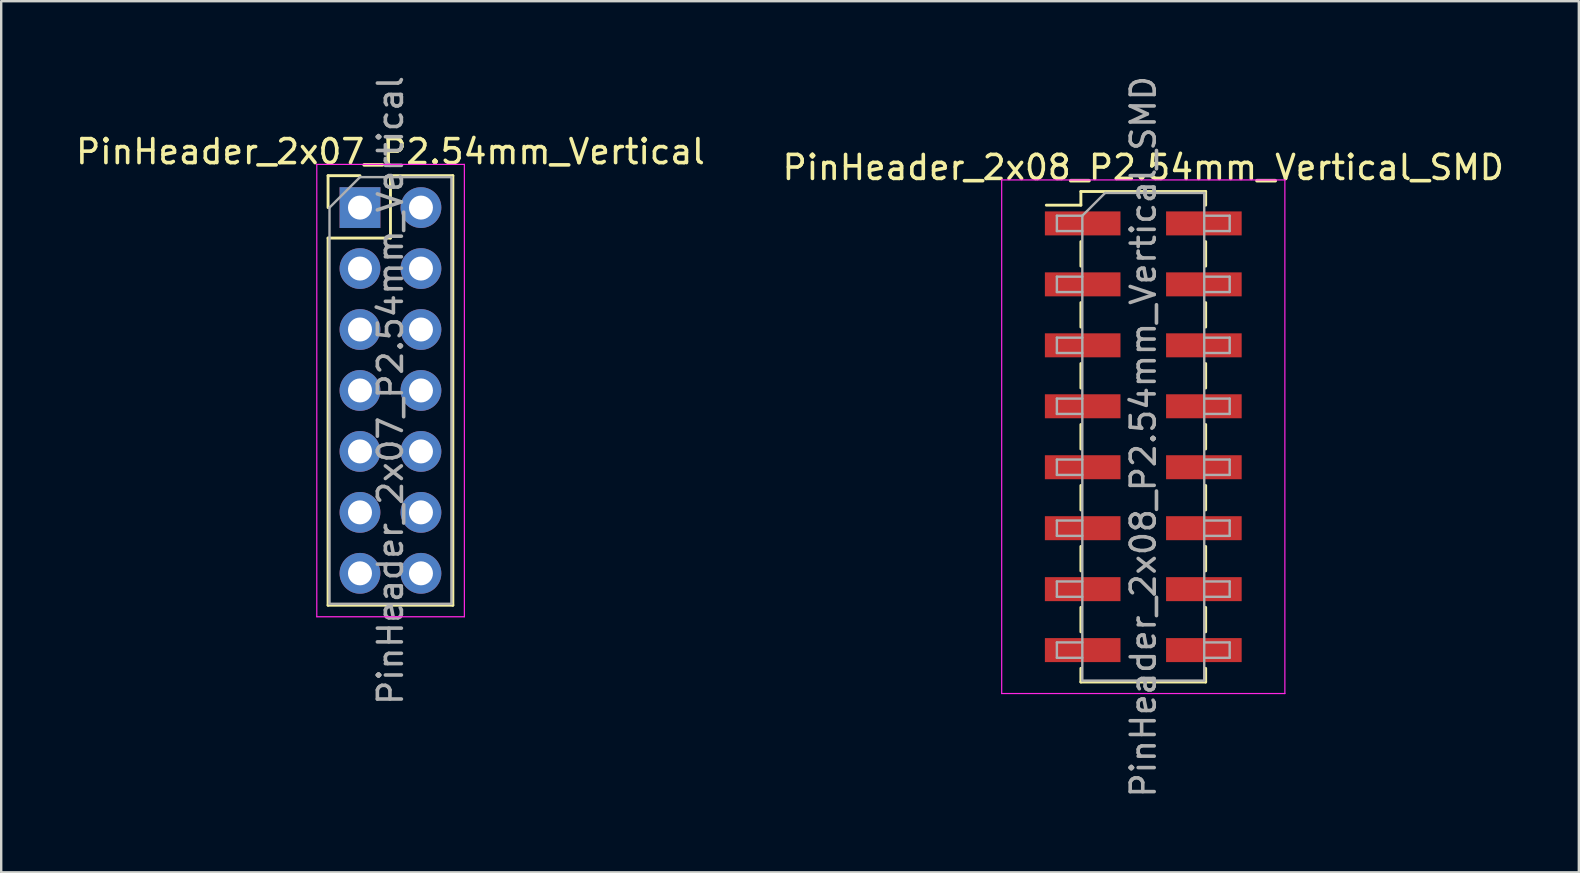
<source format=kicad_pcb>
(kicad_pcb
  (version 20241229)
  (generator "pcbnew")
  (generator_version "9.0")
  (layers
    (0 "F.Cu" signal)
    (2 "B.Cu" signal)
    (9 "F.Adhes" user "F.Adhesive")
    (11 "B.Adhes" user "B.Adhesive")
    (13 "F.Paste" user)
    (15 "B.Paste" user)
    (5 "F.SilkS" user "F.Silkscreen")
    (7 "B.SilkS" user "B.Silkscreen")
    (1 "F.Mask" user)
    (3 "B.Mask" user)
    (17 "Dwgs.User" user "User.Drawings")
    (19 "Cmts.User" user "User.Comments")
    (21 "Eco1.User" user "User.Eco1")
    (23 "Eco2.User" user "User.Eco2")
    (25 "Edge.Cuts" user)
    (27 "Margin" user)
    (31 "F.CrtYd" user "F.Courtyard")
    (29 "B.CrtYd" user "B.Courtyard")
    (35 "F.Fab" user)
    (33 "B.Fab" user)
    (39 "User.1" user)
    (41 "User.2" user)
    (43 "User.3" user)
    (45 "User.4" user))
  (footprint "PinHeader_2x08_P2.54mm_Vertical_SMD"
    (layer "F.Cu")
    (at 44.589 15.149)
    (property "Reference" "PinHeader_2x08_P2.54mm_Vertical_SMD" (at 0 -11.22 0) (layer "F.SilkS") (effects (font (size 1 1) (thickness 0.15))))
    (attr smd)
    (fp_line (start -4.04 -9.65) (end -2.6 -9.65) (stroke (width 0.12) (type solid)) (layer "F.SilkS"))
    (fp_line (start -2.6 -10.22) (end -2.6 -9.65) (stroke (width 0.12) (type solid)) (layer "F.SilkS"))
    (fp_line (start -2.6 -10.22) (end 2.6 -10.22) (stroke (width 0.12) (type solid)) (layer "F.SilkS"))
    (fp_line (start -2.6 -8.13) (end -2.6 -7.11) (stroke (width 0.12) (type solid)) (layer "F.SilkS"))
    (fp_line (start -2.6 -5.59) (end -2.6 -4.57) (stroke (width 0.12) (type solid)) (layer "F.SilkS"))
    (fp_line (start -2.6 -3.05) (end -2.6 -2.03) (stroke (width 0.12) (type solid)) (layer "F.SilkS"))
    (fp_line (start -2.6 -0.51) (end -2.6 0.51) (stroke (width 0.12) (type solid)) (layer "F.SilkS"))
    (fp_line (start -2.6 2.03) (end -2.6 3.05) (stroke (width 0.12) (type solid)) (layer "F.SilkS"))
    (fp_line (start -2.6 4.57) (end -2.6 5.59) (stroke (width 0.12) (type solid)) (layer "F.SilkS"))
    (fp_line (start -2.6 7.11) (end -2.6 8.13) (stroke (width 0.12) (type solid)) (layer "F.SilkS"))
    (fp_line (start -2.6 9.65) (end -2.6 10.22) (stroke (width 0.12) (type solid)) (layer "F.SilkS"))
    (fp_line (start -2.6 10.22) (end 2.6 10.22) (stroke (width 0.12) (type solid)) (layer "F.SilkS"))
    (fp_line (start 2.6 -10.22) (end 2.6 -9.65) (stroke (width 0.12) (type solid)) (layer "F.SilkS"))
    (fp_line (start 2.6 -8.13) (end 2.6 -7.11) (stroke (width 0.12) (type solid)) (layer "F.SilkS"))
    (fp_line (start 2.6 -5.59) (end 2.6 -4.57) (stroke (width 0.12) (type solid)) (layer "F.SilkS"))
    (fp_line (start 2.6 -3.05) (end 2.6 -2.03) (stroke (width 0.12) (type solid)) (layer "F.SilkS"))
    (fp_line (start 2.6 -0.51) (end 2.6 0.51) (stroke (width 0.12) (type solid)) (layer "F.SilkS"))
    (fp_line (start 2.6 2.03) (end 2.6 3.05) (stroke (width 0.12) (type solid)) (layer "F.SilkS"))
    (fp_line (start 2.6 4.57) (end 2.6 5.59) (stroke (width 0.12) (type solid)) (layer "F.SilkS"))
    (fp_line (start 2.6 7.11) (end 2.6 8.13) (stroke (width 0.12) (type solid)) (layer "F.SilkS"))
    (fp_line (start 2.6 9.65) (end 2.6 10.22) (stroke (width 0.12) (type solid)) (layer "F.SilkS"))
    (fp_line (start -5.9 -10.7) (end -5.9 10.7) (stroke (width 0.05) (type solid)) (layer "F.CrtYd"))
    (fp_line (start -5.9 10.7) (end 5.9 10.7) (stroke (width 0.05) (type solid)) (layer "F.CrtYd"))
    (fp_line (start 5.9 -10.7) (end -5.9 -10.7) (stroke (width 0.05) (type solid)) (layer "F.CrtYd"))
    (fp_line (start 5.9 10.7) (end 5.9 -10.7) (stroke (width 0.05) (type solid)) (layer "F.CrtYd"))
    (fp_line (start -3.6 -9.21) (end -3.6 -8.57) (stroke (width 0.1) (type solid)) (layer "F.Fab"))
    (fp_line (start -3.6 -8.57) (end -2.54 -8.57) (stroke (width 0.1) (type solid)) (layer "F.Fab"))
    (fp_line (start -3.6 -6.67) (end -3.6 -6.03) (stroke (width 0.1) (type solid)) (layer "F.Fab"))
    (fp_line (start -3.6 -6.03) (end -2.54 -6.03) (stroke (width 0.1) (type solid)) (layer "F.Fab"))
    (fp_line (start -3.6 -4.13) (end -3.6 -3.49) (stroke (width 0.1) (type solid)) (layer "F.Fab"))
    (fp_line (start -3.6 -3.49) (end -2.54 -3.49) (stroke (width 0.1) (type solid)) (layer "F.Fab"))
    (fp_line (start -3.6 -1.59) (end -3.6 -0.95) (stroke (width 0.1) (type solid)) (layer "F.Fab"))
    (fp_line (start -3.6 -0.95) (end -2.54 -0.95) (stroke (width 0.1) (type solid)) (layer "F.Fab"))
    (fp_line (start -3.6 0.95) (end -3.6 1.59) (stroke (width 0.1) (type solid)) (layer "F.Fab"))
    (fp_line (start -3.6 1.59) (end -2.54 1.59) (stroke (width 0.1) (type solid)) (layer "F.Fab"))
    (fp_line (start -3.6 3.49) (end -3.6 4.13) (stroke (width 0.1) (type solid)) (layer "F.Fab"))
    (fp_line (start -3.6 4.13) (end -2.54 4.13) (stroke (width 0.1) (type solid)) (layer "F.Fab"))
    (fp_line (start -3.6 6.03) (end -3.6 6.67) (stroke (width 0.1) (type solid)) (layer "F.Fab"))
    (fp_line (start -3.6 6.67) (end -2.54 6.67) (stroke (width 0.1) (type solid)) (layer "F.Fab"))
    (fp_line (start -3.6 8.57) (end -3.6 9.21) (stroke (width 0.1) (type solid)) (layer "F.Fab"))
    (fp_line (start -3.6 9.21) (end -2.54 9.21) (stroke (width 0.1) (type solid)) (layer "F.Fab"))
    (fp_line (start -2.54 -9.21) (end -3.6 -9.21) (stroke (width 0.1) (type solid)) (layer "F.Fab"))
    (fp_line (start -2.54 -9.21) (end -1.59 -10.16) (stroke (width 0.1) (type solid)) (layer "F.Fab"))
    (fp_line (start -2.54 -6.67) (end -3.6 -6.67) (stroke (width 0.1) (type solid)) (layer "F.Fab"))
    (fp_line (start -2.54 -4.13) (end -3.6 -4.13) (stroke (width 0.1) (type solid)) (layer "F.Fab"))
    (fp_line (start -2.54 -1.59) (end -3.6 -1.59) (stroke (width 0.1) (type solid)) (layer "F.Fab"))
    (fp_line (start -2.54 0.95) (end -3.6 0.95) (stroke (width 0.1) (type solid)) (layer "F.Fab"))
    (fp_line (start -2.54 3.49) (end -3.6 3.49) (stroke (width 0.1) (type solid)) (layer "F.Fab"))
    (fp_line (start -2.54 6.03) (end -3.6 6.03) (stroke (width 0.1) (type solid)) (layer "F.Fab"))
    (fp_line (start -2.54 8.57) (end -3.6 8.57) (stroke (width 0.1) (type solid)) (layer "F.Fab"))
    (fp_line (start -2.54 10.16) (end -2.54 -9.21) (stroke (width 0.1) (type solid)) (layer "F.Fab"))
    (fp_line (start -1.59 -10.16) (end 2.54 -10.16) (stroke (width 0.1) (type solid)) (layer "F.Fab"))
    (fp_line (start 2.54 -10.16) (end 2.54 10.16) (stroke (width 0.1) (type solid)) (layer "F.Fab"))
    (fp_line (start 2.54 -9.21) (end 3.6 -9.21) (stroke (width 0.1) (type solid)) (layer "F.Fab"))
    (fp_line (start 2.54 -6.67) (end 3.6 -6.67) (stroke (width 0.1) (type solid)) (layer "F.Fab"))
    (fp_line (start 2.54 -4.13) (end 3.6 -4.13) (stroke (width 0.1) (type solid)) (layer "F.Fab"))
    (fp_line (start 2.54 -1.59) (end 3.6 -1.59) (stroke (width 0.1) (type solid)) (layer "F.Fab"))
    (fp_line (start 2.54 0.95) (end 3.6 0.95) (stroke (width 0.1) (type solid)) (layer "F.Fab"))
    (fp_line (start 2.54 3.49) (end 3.6 3.49) (stroke (width 0.1) (type solid)) (layer "F.Fab"))
    (fp_line (start 2.54 6.03) (end 3.6 6.03) (stroke (width 0.1) (type solid)) (layer "F.Fab"))
    (fp_line (start 2.54 8.57) (end 3.6 8.57) (stroke (width 0.1) (type solid)) (layer "F.Fab"))
    (fp_line (start 2.54 10.16) (end -2.54 10.16) (stroke (width 0.1) (type solid)) (layer "F.Fab"))
    (fp_line (start 3.6 -9.21) (end 3.6 -8.57) (stroke (width 0.1) (type solid)) (layer "F.Fab"))
    (fp_line (start 3.6 -8.57) (end 2.54 -8.57) (stroke (width 0.1) (type solid)) (layer "F.Fab"))
    (fp_line (start 3.6 -6.67) (end 3.6 -6.03) (stroke (width 0.1) (type solid)) (layer "F.Fab"))
    (fp_line (start 3.6 -6.03) (end 2.54 -6.03) (stroke (width 0.1) (type solid)) (layer "F.Fab"))
    (fp_line (start 3.6 -4.13) (end 3.6 -3.49) (stroke (width 0.1) (type solid)) (layer "F.Fab"))
    (fp_line (start 3.6 -3.49) (end 2.54 -3.49) (stroke (width 0.1) (type solid)) (layer "F.Fab"))
    (fp_line (start 3.6 -1.59) (end 3.6 -0.95) (stroke (width 0.1) (type solid)) (layer "F.Fab"))
    (fp_line (start 3.6 -0.95) (end 2.54 -0.95) (stroke (width 0.1) (type solid)) (layer "F.Fab"))
    (fp_line (start 3.6 0.95) (end 3.6 1.59) (stroke (width 0.1) (type solid)) (layer "F.Fab"))
    (fp_line (start 3.6 1.59) (end 2.54 1.59) (stroke (width 0.1) (type solid)) (layer "F.Fab"))
    (fp_line (start 3.6 3.49) (end 3.6 4.13) (stroke (width 0.1) (type solid)) (layer "F.Fab"))
    (fp_line (start 3.6 4.13) (end 2.54 4.13) (stroke (width 0.1) (type solid)) (layer "F.Fab"))
    (fp_line (start 3.6 6.03) (end 3.6 6.67) (stroke (width 0.1) (type solid)) (layer "F.Fab"))
    (fp_line (start 3.6 6.67) (end 2.54 6.67) (stroke (width 0.1) (type solid)) (layer "F.Fab"))
    (fp_line (start 3.6 8.57) (end 3.6 9.21) (stroke (width 0.1) (type solid)) (layer "F.Fab"))
    (fp_line (start 3.6 9.21) (end 2.54 9.21) (stroke (width 0.1) (type solid)) (layer "F.Fab"))
    (fp_text user "${REFERENCE}" (at 0 0 90) (layer "F.Fab") (effects (font (size 1 1) (thickness 0.15))))
    (pad "1" smd rect (at -2.525 -8.89) (size 3.15 1) (layers "F.Cu" "F.Mask" "F.Paste"))
    (pad "2" smd rect (at 2.525 -8.89) (size 3.15 1) (layers "F.Cu" "F.Mask" "F.Paste"))
    (pad "3" smd rect (at -2.525 -6.35) (size 3.15 1) (layers "F.Cu" "F.Mask" "F.Paste"))
    (pad "4" smd rect (at 2.525 -6.35) (size 3.15 1) (layers "F.Cu" "F.Mask" "F.Paste"))
    (pad "5" smd rect (at -2.525 -3.81) (size 3.15 1) (layers "F.Cu" "F.Mask" "F.Paste"))
    (pad "6" smd rect (at 2.525 -3.81) (size 3.15 1) (layers "F.Cu" "F.Mask" "F.Paste"))
    (pad "7" smd rect (at -2.525 -1.27) (size 3.15 1) (layers "F.Cu" "F.Mask" "F.Paste"))
    (pad "8" smd rect (at 2.525 -1.27) (size 3.15 1) (layers "F.Cu" "F.Mask" "F.Paste"))
    (pad "9" smd rect (at -2.525 1.27) (size 3.15 1) (layers "F.Cu" "F.Mask" "F.Paste"))
    (pad "10" smd rect (at 2.525 1.27) (size 3.15 1) (layers "F.Cu" "F.Mask" "F.Paste"))
    (pad "11" smd rect (at -2.525 3.81) (size 3.15 1) (layers "F.Cu" "F.Mask" "F.Paste"))
    (pad "12" smd rect (at 2.525 3.81) (size 3.15 1) (layers "F.Cu" "F.Mask" "F.Paste"))
    (pad "13" smd rect (at -2.525 6.35) (size 3.15 1) (layers "F.Cu" "F.Mask" "F.Paste"))
    (pad "14" smd rect (at 2.525 6.35) (size 3.15 1) (layers "F.Cu" "F.Mask" "F.Paste"))
    (pad "15" smd rect (at -2.525 8.89) (size 3.15 1) (layers "F.Cu" "F.Mask" "F.Paste"))
    (pad "16" smd rect (at 2.525 8.89) (size 3.15 1) (layers "F.Cu" "F.Mask" "F.Paste")))
  (footprint "PinHeader_2x07_P2.54mm_Vertical"
    (layer "F.Cu")
    (at 11.95 5.6)
    (property "Reference" "PinHeader_2x07_P2.54mm_Vertical" (at 1.27 -2.33 0) (layer "F.SilkS") (effects (font (size 1 1) (thickness 0.15))))
    (attr through_hole)
    (fp_line (start -1.33 -1.33) (end 0 -1.33) (stroke (width 0.12) (type solid)) (layer "F.SilkS"))
    (fp_line (start -1.33 0) (end -1.33 -1.33) (stroke (width 0.12) (type solid)) (layer "F.SilkS"))
    (fp_line (start -1.33 1.27) (end -1.33 16.57) (stroke (width 0.12) (type solid)) (layer "F.SilkS"))
    (fp_line (start -1.33 1.27) (end 1.27 1.27) (stroke (width 0.12) (type solid)) (layer "F.SilkS"))
    (fp_line (start -1.33 16.57) (end 3.87 16.57) (stroke (width 0.12) (type solid)) (layer "F.SilkS"))
    (fp_line (start 1.27 -1.33) (end 3.87 -1.33) (stroke (width 0.12) (type solid)) (layer "F.SilkS"))
    (fp_line (start 1.27 1.27) (end 1.27 -1.33) (stroke (width 0.12) (type solid)) (layer "F.SilkS"))
    (fp_line (start 3.87 -1.33) (end 3.87 16.57) (stroke (width 0.12) (type solid)) (layer "F.SilkS"))
    (fp_line (start -1.8 -1.8) (end -1.8 17.05) (stroke (width 0.05) (type solid)) (layer "F.CrtYd"))
    (fp_line (start -1.8 17.05) (end 4.35 17.05) (stroke (width 0.05) (type solid)) (layer "F.CrtYd"))
    (fp_line (start 4.35 -1.8) (end -1.8 -1.8) (stroke (width 0.05) (type solid)) (layer "F.CrtYd"))
    (fp_line (start 4.35 17.05) (end 4.35 -1.8) (stroke (width 0.05) (type solid)) (layer "F.CrtYd"))
    (fp_line (start -1.27 0) (end 0 -1.27) (stroke (width 0.1) (type solid)) (layer "F.Fab"))
    (fp_line (start -1.27 16.51) (end -1.27 0) (stroke (width 0.1) (type solid)) (layer "F.Fab"))
    (fp_line (start 0 -1.27) (end 3.81 -1.27) (stroke (width 0.1) (type solid)) (layer "F.Fab"))
    (fp_line (start 3.81 -1.27) (end 3.81 16.51) (stroke (width 0.1) (type solid)) (layer "F.Fab"))
    (fp_line (start 3.81 16.51) (end -1.27 16.51) (stroke (width 0.1) (type solid)) (layer "F.Fab"))
    (fp_text user "${REFERENCE}" (at 1.27 7.62 90) (layer "F.Fab") (effects (font (size 1 1) (thickness 0.15))))
    (pad "1" thru_hole rect (at 0 0) (size 1.7 1.7) (drill 1) (layers "*.Cu" "*.Mask"))
    (pad "2" thru_hole oval (at 2.54 0) (size 1.7 1.7) (drill 1) (layers "*.Cu" "*.Mask"))
    (pad "3" thru_hole oval (at 0 2.54) (size 1.7 1.7) (drill 1) (layers "*.Cu" "*.Mask"))
    (pad "4" thru_hole oval (at 2.54 2.54) (size 1.7 1.7) (drill 1) (layers "*.Cu" "*.Mask"))
    (pad "5" thru_hole oval (at 0 5.08) (size 1.7 1.7) (drill 1) (layers "*.Cu" "*.Mask"))
    (pad "6" thru_hole oval (at 2.54 5.08) (size 1.7 1.7) (drill 1) (layers "*.Cu" "*.Mask"))
    (pad "7" thru_hole oval (at 0 7.62) (size 1.7 1.7) (drill 1) (layers "*.Cu" "*.Mask"))
    (pad "8" thru_hole oval (at 2.54 7.62) (size 1.7 1.7) (drill 1) (layers "*.Cu" "*.Mask"))
    (pad "9" thru_hole oval (at 0 10.16) (size 1.7 1.7) (drill 1) (layers "*.Cu" "*.Mask"))
    (pad "10" thru_hole oval (at 2.54 10.16) (size 1.7 1.7) (drill 1) (layers "*.Cu" "*.Mask"))
    (pad "11" thru_hole oval (at 0 12.7) (size 1.7 1.7) (drill 1) (layers "*.Cu" "*.Mask"))
    (pad "12" thru_hole oval (at 2.54 12.7) (size 1.7 1.7) (drill 1) (layers "*.Cu" "*.Mask"))
    (pad "13" thru_hole oval (at 0 15.24) (size 1.7 1.7) (drill 1) (layers "*.Cu" "*.Mask"))
    (pad "14" thru_hole oval (at 2.54 15.24) (size 1.7 1.7) (drill 1) (layers "*.Cu" "*.Mask")))
  (gr_rect
    (start -3 -3)
    (end 62.738 33.298)
    (stroke (width 0.1) (type default))
    (fill no)
    (layer "Edge.Cuts")))
</source>
